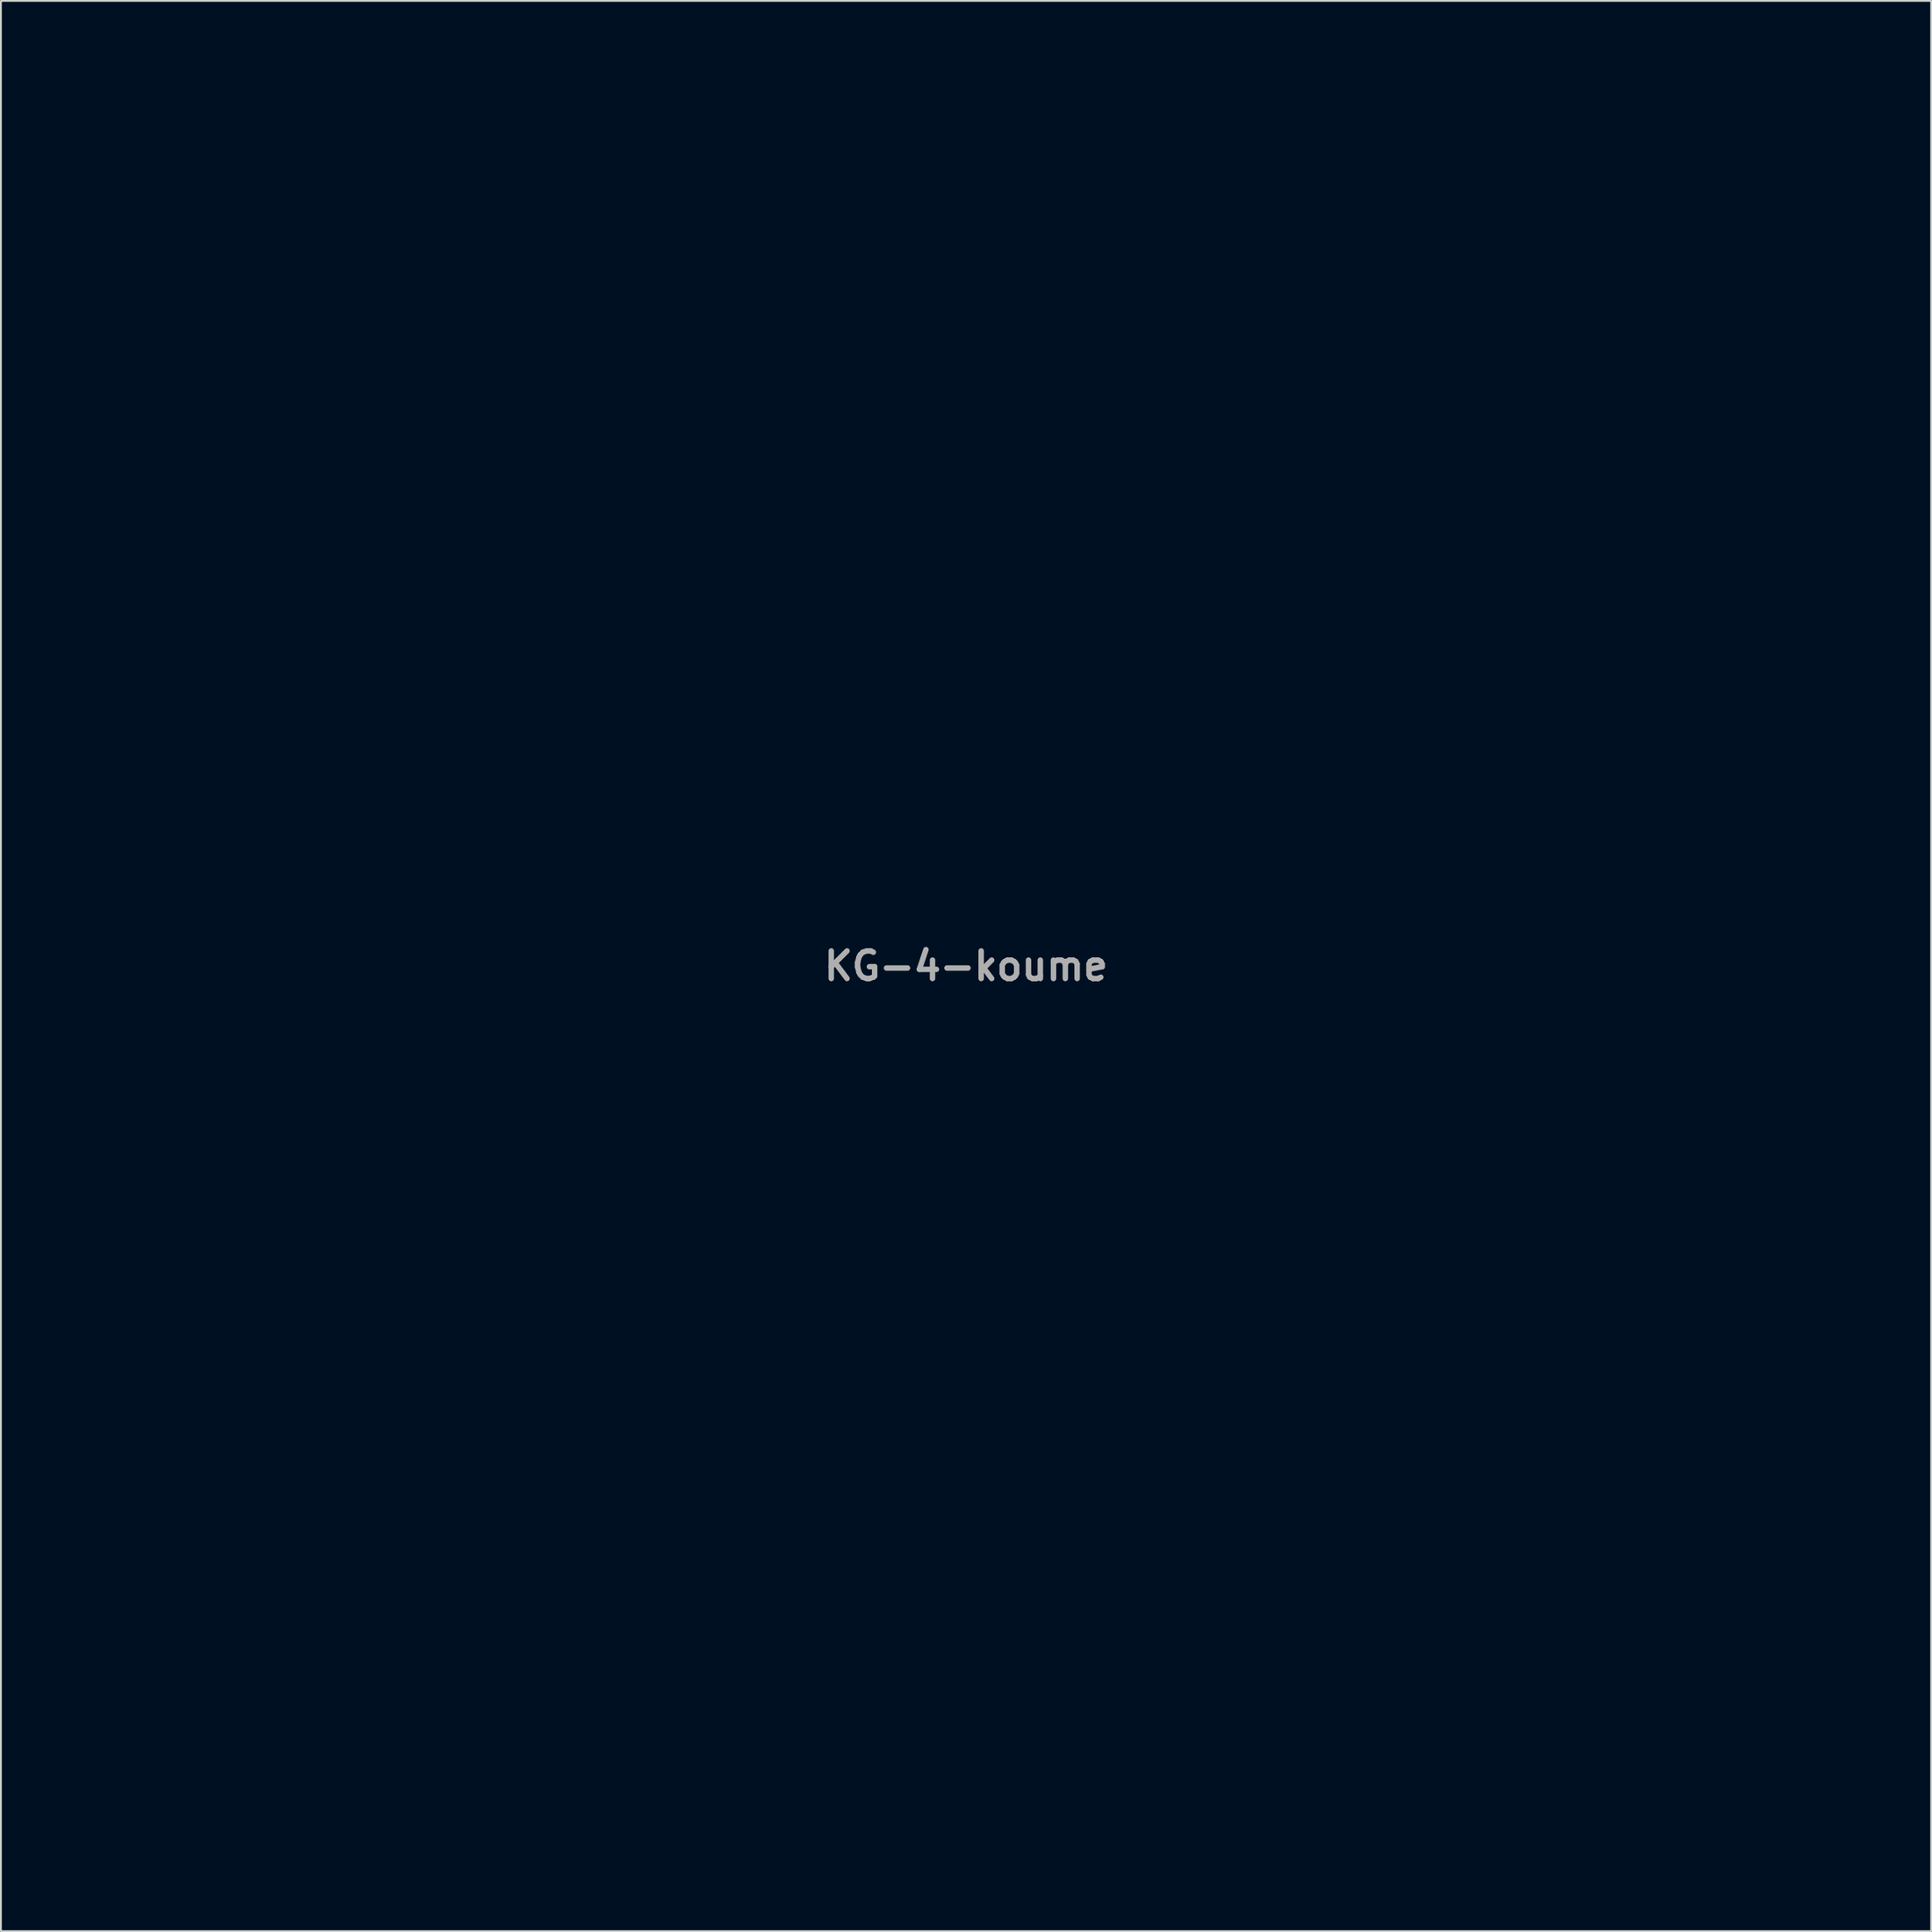
<source format=kicad_pcb>
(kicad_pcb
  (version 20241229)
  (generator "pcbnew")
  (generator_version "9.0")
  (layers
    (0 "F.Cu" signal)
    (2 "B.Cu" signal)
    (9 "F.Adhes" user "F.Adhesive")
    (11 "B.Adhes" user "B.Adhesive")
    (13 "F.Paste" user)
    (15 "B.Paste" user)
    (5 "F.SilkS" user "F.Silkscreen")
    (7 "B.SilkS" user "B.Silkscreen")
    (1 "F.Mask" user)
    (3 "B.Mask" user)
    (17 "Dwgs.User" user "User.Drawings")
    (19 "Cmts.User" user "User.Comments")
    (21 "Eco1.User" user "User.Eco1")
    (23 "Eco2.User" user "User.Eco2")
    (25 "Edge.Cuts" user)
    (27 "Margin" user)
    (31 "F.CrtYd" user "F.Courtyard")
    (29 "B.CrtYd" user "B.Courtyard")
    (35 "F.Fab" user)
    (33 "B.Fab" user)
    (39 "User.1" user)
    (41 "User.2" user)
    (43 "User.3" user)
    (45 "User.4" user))
  (footprint "KG-4-koume"
    (layer "F.Cu")
    (at 50.267 50.267)
    (property "Reference" "KG-4-koume" (at 0 0 0) (layer "F.Fab") (effects (font (size 1.524 1.524) (thickness 0.3))))
    (attr board_only exclude_from_pos_files exclude_from_bom)
    (fp_poly (pts (xy -48.26 -48.26) (xy -50.267 -48.26) (xy -50.267 -50.267) (xy -48.26 -50.267)) (stroke (width 0) (type solid)) (fill yes) (layer "F.Mask"))
    (fp_poly (pts (xy -48.26 50.267) (xy -50.267 50.267) (xy -50.267 48.26) (xy -48.26 48.26)) (stroke (width 0) (type solid)) (fill yes) (layer "F.Mask"))
    (fp_poly (pts (xy 50.267 -48.26) (xy 48.26 -48.26) (xy 48.26 -50.267) (xy 50.267 -50.267)) (stroke (width 0) (type solid)) (fill yes) (layer "F.Mask"))
    (fp_poly (pts (xy 50.267 50.267) (xy 48.26 50.267) (xy 48.26 48.26) (xy 50.267 48.26)) (stroke (width 0) (type solid)) (fill yes) (layer "F.Mask"))
    (fp_poly (pts (xy -13.243 -41.892) (xy -13.108 -41.838) (xy -12.996 -41.748) (xy -12.914 -41.627) (xy -12.878 -41.517) (xy -12.864 -41.362) (xy -12.893 -41.228) (xy -12.968 -41.108) (xy -13.016 -41.057) (xy -13.144 -40.965) (xy -13.286 -40.922) (xy -13.439 -40.927) (xy -13.6 -40.982) (xy -13.615 -40.989) (xy -13.74 -41.078) (xy -13.823 -41.193) (xy -13.864 -41.327) (xy -13.86 -41.472) (xy -13.809 -41.623) (xy -13.808 -41.625) (xy -13.741 -41.737) (xy -13.668 -41.811) (xy -13.574 -41.863) (xy -13.546 -41.873) (xy -13.391 -41.905)) (stroke (width 0) (type solid)) (fill yes) (layer "F.Mask"))
    (fp_poly (pts (xy 0.493 40.066) (xy 0.596 40.11) (xy 0.69 40.192) (xy 0.767 40.302) (xy 0.819 40.427) (xy 0.838 40.556) (xy 0.815 40.71) (xy 0.746 40.843) (xy 0.639 40.955) (xy 0.577 41.003) (xy 0.525 41.031) (xy 0.465 41.043) (xy 0.377 41.046) (xy 0.347 41.046) (xy 0.225 41.041) (xy 0.14 41.023) (xy 0.089 40.999) (xy -0.03 40.897) (xy -0.11 40.768) (xy -0.151 40.621) (xy -0.148 40.465) (xy -0.104 40.32) (xy -0.023 40.2) (xy 0.091 40.114) (xy 0.233 40.065) (xy 0.397 40.054)) (stroke (width 0) (type solid)) (fill yes) (layer "F.Mask"))
    (fp_poly (pts (xy 28.662 40.701) (xy 28.765 40.745) (xy 28.859 40.827) (xy 28.936 40.937) (xy 28.988 41.062) (xy 29.006 41.191) (xy 28.983 41.345) (xy 28.915 41.478) (xy 28.808 41.59) (xy 28.746 41.638) (xy 28.694 41.666) (xy 28.633 41.678) (xy 28.546 41.681) (xy 28.515 41.681) (xy 28.394 41.676) (xy 28.308 41.658) (xy 28.258 41.634) (xy 28.139 41.532) (xy 28.058 41.403) (xy 28.018 41.256) (xy 28.021 41.1) (xy 28.065 40.955) (xy 28.145 40.835) (xy 28.26 40.749) (xy 28.402 40.7) (xy 28.565 40.689)) (stroke (width 0) (type solid)) (fill yes) (layer "F.Mask"))
    (fp_poly (pts (xy 29.639 -42.3) (xy 29.765 -42.228) (xy 29.79 -42.207) (xy 29.88 -42.091) (xy 29.932 -41.953) (xy 29.944 -41.806) (xy 29.915 -41.663) (xy 29.863 -41.562) (xy 29.8 -41.483) (xy 29.731 -41.428) (xy 29.648 -41.395) (xy 29.541 -41.382) (xy 29.402 -41.384) (xy 29.274 -41.395) (xy 29.166 -41.43) (xy 29.073 -41.504) (xy 29 -41.608) (xy 28.954 -41.729) (xy 28.94 -41.859) (xy 28.963 -41.986) (xy 28.966 -41.996) (xy 29.032 -42.132) (xy 29.116 -42.229) (xy 29.211 -42.292) (xy 29.347 -42.334) (xy 29.495 -42.336)) (stroke (width 0) (type solid)) (fill yes) (layer "F.Mask"))
    (fp_poly (pts (xy 41.289 -25.471) (xy 41.462 -25.442) (xy 41.596 -25.379) (xy 41.693 -25.283) (xy 41.754 -25.151) (xy 41.768 -25.091) (xy 41.767 -24.976) (xy 41.734 -24.848) (xy 41.675 -24.726) (xy 41.598 -24.627) (xy 41.589 -24.619) (xy 41.528 -24.575) (xy 41.461 -24.548) (xy 41.376 -24.538) (xy 41.262 -24.543) (xy 41.117 -24.56) (xy 40.996 -24.601) (xy 40.897 -24.68) (xy 40.823 -24.79) (xy 40.779 -24.92) (xy 40.769 -25.062) (xy 40.796 -25.199) (xy 40.86 -25.324) (xy 40.958 -25.41) (xy 41.09 -25.46) (xy 41.256 -25.472)) (stroke (width 0) (type solid)) (fill yes) (layer "F.Mask"))
    (fp_poly (pts (xy -42.392 33.82) (xy -42.269 33.861) (xy -42.174 33.934) (xy -42.1 34.045) (xy -42.085 34.074) (xy -42.042 34.224) (xy -42.047 34.377) (xy -42.097 34.524) (xy -42.193 34.66) (xy -42.236 34.703) (xy -42.299 34.756) (xy -42.352 34.784) (xy -42.415 34.796) (xy -42.501 34.797) (xy -42.613 34.789) (xy -42.709 34.769) (xy -42.742 34.756) (xy -42.864 34.672) (xy -42.959 34.559) (xy -43.022 34.427) (xy -43.049 34.288) (xy -43.034 34.153) (xy -43.017 34.105) (xy -42.934 33.972) (xy -42.817 33.876) (xy -42.674 33.82) (xy -42.552 33.808)) (stroke (width 0) (type solid)) (fill yes) (layer "F.Mask"))
    (fp_poly (pts (xy 31.071 -40.752) (xy 31.179 -40.719) (xy 31.181 -40.718) (xy 31.299 -40.64) (xy 31.385 -40.531) (xy 31.437 -40.402) (xy 31.456 -40.264) (xy 31.44 -40.126) (xy 31.389 -39.997) (xy 31.302 -39.889) (xy 31.251 -39.85) (xy 31.185 -39.821) (xy 31.091 -39.807) (xy 30.962 -39.808) (xy 30.801 -39.82) (xy 30.701 -39.853) (xy 30.603 -39.921) (xy 30.523 -40.013) (xy 30.489 -40.074) (xy 30.459 -40.207) (xy 30.469 -40.349) (xy 30.517 -40.489) (xy 30.595 -40.613) (xy 30.701 -40.709) (xy 30.739 -40.731) (xy 30.831 -40.758) (xy 30.948 -40.765)) (stroke (width 0) (type solid)) (fill yes) (layer "F.Mask"))
    (fp_poly (pts (xy 41.072 29.883) (xy 41.195 29.924) (xy 41.29 29.997) (xy 41.365 30.108) (xy 41.379 30.137) (xy 41.422 30.287) (xy 41.418 30.44) (xy 41.367 30.587) (xy 41.272 30.723) (xy 41.228 30.766) (xy 41.165 30.819) (xy 41.112 30.847) (xy 41.049 30.859) (xy 40.964 30.86) (xy 40.852 30.852) (xy 40.756 30.832) (xy 40.723 30.819) (xy 40.601 30.735) (xy 40.506 30.622) (xy 40.442 30.49) (xy 40.416 30.351) (xy 40.43 30.216) (xy 40.447 30.168) (xy 40.531 30.035) (xy 40.647 29.939) (xy 40.79 29.883) (xy 40.912 29.871)) (stroke (width 0) (type solid)) (fill yes) (layer "F.Mask"))
    (fp_poly (pts (xy 41.923 -24.404) (xy 42.007 -24.398) (xy 42.14 -24.383) (xy 42.235 -24.359) (xy 42.302 -24.321) (xy 42.354 -24.263) (xy 42.385 -24.213) (xy 42.45 -24.054) (xy 42.465 -23.903) (xy 42.43 -23.761) (xy 42.345 -23.628) (xy 42.315 -23.595) (xy 42.193 -23.47) (xy 42.007 -23.47) (xy 41.845 -23.482) (xy 41.723 -23.515) (xy 41.717 -23.518) (xy 41.603 -23.594) (xy 41.521 -23.707) (xy 41.475 -23.831) (xy 41.462 -23.973) (xy 41.492 -24.114) (xy 41.56 -24.241) (xy 41.661 -24.342) (xy 41.715 -24.375) (xy 41.767 -24.396) (xy 41.832 -24.405)) (stroke (width 0) (type solid)) (fill yes) (layer "F.Mask"))
    (fp_poly (pts (xy -40.373 33.12) (xy -40.257 33.176) (xy -40.245 33.184) (xy -40.146 33.289) (xy -40.084 33.417) (xy -40.058 33.558) (xy -40.068 33.701) (xy -40.112 33.836) (xy -40.19 33.954) (xy -40.301 34.044) (xy -40.315 34.051) (xy -40.38 34.071) (xy -40.478 34.084) (xy -40.56 34.087) (xy -40.657 34.085) (xy -40.722 34.075) (xy -40.775 34.05) (xy -40.835 34.005) (xy -40.847 33.996) (xy -40.96 33.874) (xy -41.026 33.737) (xy -41.047 33.591) (xy -41.022 33.443) (xy -40.95 33.299) (xy -40.869 33.202) (xy -40.77 33.136) (xy -40.645 33.1) (xy -40.508 33.095)) (stroke (width 0) (type solid)) (fill yes) (layer "F.Mask"))
    (fp_poly (pts (xy -14.311 -42.68) (xy -14.199 -42.605) (xy -14.152 -42.556) (xy -14.061 -42.42) (xy -14.016 -42.274) (xy -14.015 -42.127) (xy -14.058 -41.987) (xy -14.143 -41.863) (xy -14.243 -41.779) (xy -14.338 -41.741) (xy -14.461 -41.729) (xy -14.593 -41.742) (xy -14.72 -41.779) (xy -14.768 -41.803) (xy -14.877 -41.874) (xy -14.948 -41.955) (xy -14.994 -42.06) (xy -15.015 -42.144) (xy -15.029 -42.227) (xy -15.029 -42.287) (xy -15.013 -42.347) (xy -14.975 -42.427) (xy -14.97 -42.437) (xy -14.889 -42.565) (xy -14.79 -42.65) (xy -14.665 -42.699) (xy -14.596 -42.711) (xy -14.44 -42.715)) (stroke (width 0) (type solid)) (fill yes) (layer "F.Mask"))
    (fp_poly (pts (xy 0.857 41.28) (xy 0.899 41.286) (xy 0.984 41.321) (xy 1.073 41.39) (xy 1.154 41.479) (xy 1.211 41.573) (xy 1.222 41.6) (xy 1.244 41.744) (xy 1.222 41.89) (xy 1.16 42.025) (xy 1.062 42.14) (xy 0.964 42.208) (xy 0.846 42.251) (xy 0.715 42.266) (xy 0.591 42.255) (xy 0.495 42.218) (xy 0.374 42.116) (xy 0.294 41.984) (xy 0.257 41.826) (xy 0.254 41.763) (xy 0.269 41.65) (xy 0.309 41.532) (xy 0.367 41.426) (xy 0.433 41.35) (xy 0.449 41.338) (xy 0.522 41.308) (xy 0.627 41.287) (xy 0.745 41.277)) (stroke (width 0) (type solid)) (fill yes) (layer "F.Mask"))
    (fp_poly (pts (xy 2.321 41.295) (xy 2.451 41.357) (xy 2.536 41.431) (xy 2.622 41.555) (xy 2.662 41.69) (xy 2.655 41.831) (xy 2.604 41.97) (xy 2.509 42.101) (xy 2.43 42.174) (xy 2.371 42.216) (xy 2.313 42.242) (xy 2.239 42.255) (xy 2.147 42.261) (xy 2.051 42.265) (xy 1.988 42.261) (xy 1.941 42.244) (xy 1.893 42.209) (xy 1.853 42.173) (xy 1.741 42.043) (xy 1.674 41.899) (xy 1.652 41.747) (xy 1.678 41.595) (xy 1.699 41.542) (xy 1.771 41.422) (xy 1.86 41.341) (xy 1.977 41.294) (xy 2.128 41.276) (xy 2.166 41.275)) (stroke (width 0) (type solid)) (fill yes) (layer "F.Mask"))
    (fp_poly (pts (xy 29.025 41.915) (xy 29.068 41.921) (xy 29.152 41.956) (xy 29.242 42.025) (xy 29.322 42.114) (xy 29.38 42.208) (xy 29.39 42.235) (xy 29.413 42.379) (xy 29.39 42.525) (xy 29.328 42.66) (xy 29.231 42.775) (xy 29.132 42.843) (xy 29.014 42.886) (xy 28.884 42.901) (xy 28.759 42.89) (xy 28.664 42.853) (xy 28.543 42.751) (xy 28.463 42.619) (xy 28.425 42.461) (xy 28.423 42.398) (xy 28.438 42.285) (xy 28.478 42.167) (xy 28.535 42.061) (xy 28.602 41.985) (xy 28.618 41.973) (xy 28.691 41.943) (xy 28.795 41.922) (xy 28.913 41.912)) (stroke (width 0) (type solid)) (fill yes) (layer "F.Mask"))
    (fp_poly (pts (xy 30.49 41.93) (xy 30.62 41.992) (xy 30.705 42.066) (xy 30.791 42.19) (xy 30.83 42.325) (xy 30.824 42.466) (xy 30.773 42.605) (xy 30.678 42.736) (xy 30.599 42.809) (xy 30.54 42.851) (xy 30.482 42.877) (xy 30.407 42.89) (xy 30.316 42.896) (xy 30.219 42.9) (xy 30.156 42.896) (xy 30.11 42.879) (xy 30.062 42.844) (xy 30.022 42.808) (xy 29.91 42.678) (xy 29.842 42.534) (xy 29.821 42.382) (xy 29.846 42.23) (xy 29.868 42.177) (xy 29.939 42.057) (xy 30.029 41.976) (xy 30.145 41.929) (xy 30.297 41.911) (xy 30.335 41.91)) (stroke (width 0) (type solid)) (fill yes) (layer "F.Mask"))
    (fp_poly (pts (xy 43.091 29.183) (xy 43.207 29.239) (xy 43.219 29.247) (xy 43.318 29.352) (xy 43.38 29.48) (xy 43.406 29.621) (xy 43.397 29.764) (xy 43.352 29.899) (xy 43.274 30.017) (xy 43.163 30.107) (xy 43.15 30.114) (xy 43.084 30.134) (xy 42.987 30.147) (xy 42.904 30.15) (xy 42.807 30.148) (xy 42.742 30.138) (xy 42.689 30.113) (xy 42.629 30.068) (xy 42.617 30.059) (xy 42.505 29.937) (xy 42.438 29.8) (xy 42.417 29.654) (xy 42.443 29.506) (xy 42.515 29.362) (xy 42.596 29.265) (xy 42.694 29.199) (xy 42.82 29.163) (xy 42.957 29.158)) (stroke (width 0) (type solid)) (fill yes) (layer "F.Mask"))
    (fp_poly (pts (xy -42.389 32.428) (xy -42.286 32.452) (xy -42.26 32.462) (xy -42.179 32.524) (xy -42.11 32.621) (xy -42.06 32.738) (xy -42.042 32.833) (xy -42.044 32.974) (xy -42.081 33.092) (xy -42.159 33.202) (xy -42.215 33.259) (xy -42.34 33.376) (xy -42.527 33.376) (xy -42.628 33.374) (xy -42.696 33.364) (xy -42.751 33.342) (xy -42.81 33.302) (xy -42.822 33.293) (xy -42.93 33.185) (xy -43.005 33.057) (xy -43.044 32.919) (xy -43.043 32.783) (xy -43.007 32.676) (xy -42.936 32.56) (xy -42.856 32.484) (xy -42.758 32.439) (xy -42.742 32.434) (xy -42.638 32.418) (xy -42.514 32.417)) (stroke (width 0) (type solid)) (fill yes) (layer "F.Mask"))
    (fp_poly (pts (xy -42.241 -9.427) (xy -42.2 -9.411) (xy -42.067 -9.333) (xy -41.972 -9.222) (xy -41.917 -9.1) (xy -41.893 -9.009) (xy -41.888 -8.938) (xy -41.902 -8.86) (xy -41.906 -8.844) (xy -41.958 -8.706) (xy -42.039 -8.599) (xy -42.098 -8.549) (xy -42.145 -8.521) (xy -42.207 -8.504) (xy -42.298 -8.493) (xy -42.396 -8.487) (xy -42.625 -8.478) (xy -42.736 -8.595) (xy -42.835 -8.724) (xy -42.885 -8.862) (xy -42.889 -9.014) (xy -42.886 -9.037) (xy -42.853 -9.172) (xy -42.794 -9.274) (xy -42.703 -9.347) (xy -42.573 -9.398) (xy -42.467 -9.422) (xy -42.369 -9.438) (xy -42.3 -9.44)) (stroke (width 0) (type solid)) (fill yes) (layer "F.Mask"))
    (fp_poly (pts (xy -41.615 10.702) (xy -41.542 10.719) (xy -41.456 10.773) (xy -41.37 10.864) (xy -41.298 10.978) (xy -41.255 11.114) (xy -41.255 11.259) (xy -41.293 11.401) (xy -41.368 11.526) (xy -41.442 11.598) (xy -41.5 11.637) (xy -41.558 11.661) (xy -41.634 11.673) (xy -41.73 11.679) (xy -41.84 11.68) (xy -41.916 11.673) (xy -41.972 11.653) (xy -41.999 11.638) (xy -42.132 11.528) (xy -42.22 11.403) (xy -42.262 11.266) (xy -42.255 11.121) (xy -42.217 11.011) (xy -42.152 10.906) (xy -42.064 10.81) (xy -41.968 10.739) (xy -41.927 10.72) (xy -41.838 10.701) (xy -41.725 10.694)) (stroke (width 0) (type solid)) (fill yes) (layer "F.Mask"))
    (fp_poly (pts (xy -41.067 -7.498) (xy -40.985 -7.461) (xy -40.911 -7.395) (xy -40.888 -7.37) (xy -40.811 -7.242) (xy -40.778 -7.099) (xy -40.785 -6.954) (xy -40.834 -6.815) (xy -40.921 -6.695) (xy -40.977 -6.646) (xy -41.046 -6.615) (xy -41.147 -6.591) (xy -41.264 -6.577) (xy -41.377 -6.574) (xy -41.47 -6.584) (xy -41.501 -6.594) (xy -41.578 -6.646) (xy -41.657 -6.729) (xy -41.722 -6.828) (xy -41.76 -6.917) (xy -41.773 -7.033) (xy -41.762 -7.164) (xy -41.729 -7.283) (xy -41.71 -7.323) (xy -41.648 -7.401) (xy -41.562 -7.455) (xy -41.442 -7.489) (xy -41.311 -7.506) (xy -41.172 -7.512)) (stroke (width 0) (type solid)) (fill yes) (layer "F.Mask"))
    (fp_poly (pts (xy -40.692 -26.547) (xy -40.571 -26.483) (xy -40.478 -26.378) (xy -40.414 -26.231) (xy -40.407 -26.208) (xy -40.391 -26.125) (xy -40.393 -26.055) (xy -40.414 -25.969) (xy -40.419 -25.954) (xy -40.468 -25.829) (xy -40.529 -25.739) (xy -40.611 -25.68) (xy -40.722 -25.645) (xy -40.87 -25.631) (xy -40.946 -25.629) (xy -41.049 -25.633) (xy -41.12 -25.647) (xy -41.178 -25.677) (xy -41.193 -25.688) (xy -41.292 -25.771) (xy -41.352 -25.852) (xy -41.381 -25.947) (xy -41.388 -26.073) (xy -41.371 -26.24) (xy -41.323 -26.371) (xy -41.24 -26.466) (xy -41.121 -26.529) (xy -40.963 -26.562) (xy -40.841 -26.568)) (stroke (width 0) (type solid)) (fill yes) (layer "F.Mask"))
    (fp_poly (pts (xy -40.174 10.714) (xy -40.091 10.746) (xy -39.988 10.822) (xy -39.913 10.93) (xy -39.868 11.06) (xy -39.855 11.201) (xy -39.874 11.342) (xy -39.927 11.472) (xy -39.987 11.553) (xy -40.067 11.622) (xy -40.159 11.663) (xy -40.278 11.682) (xy -40.36 11.684) (xy -40.455 11.683) (xy -40.519 11.674) (xy -40.569 11.651) (xy -40.623 11.607) (xy -40.657 11.576) (xy -40.758 11.466) (xy -40.818 11.356) (xy -40.842 11.232) (xy -40.843 11.188) (xy -40.837 11.1) (xy -40.816 11.025) (xy -40.77 10.947) (xy -40.709 10.866) (xy -40.603 10.772) (xy -40.47 10.714) (xy -40.323 10.693)) (stroke (width 0) (type solid)) (fill yes) (layer "F.Mask"))
    (fp_poly (pts (xy -33.363 -42.395) (xy -33.268 -42.35) (xy -33.196 -42.272) (xy -33.14 -42.154) (xy -33.135 -42.141) (xy -33.099 -41.976) (xy -33.113 -41.819) (xy -33.144 -41.728) (xy -33.208 -41.612) (xy -33.288 -41.531) (xy -33.393 -41.481) (xy -33.532 -41.457) (xy -33.645 -41.453) (xy -33.834 -41.453) (xy -33.946 -41.565) (xy -34.042 -41.686) (xy -34.093 -41.816) (xy -34.102 -41.966) (xy -34.097 -42.018) (xy -34.079 -42.107) (xy -34.045 -42.176) (xy -33.982 -42.249) (xy -33.975 -42.256) (xy -33.921 -42.307) (xy -33.872 -42.341) (xy -33.814 -42.363) (xy -33.731 -42.381) (xy -33.65 -42.393) (xy -33.488 -42.408)) (stroke (width 0) (type solid)) (fill yes) (layer "F.Mask"))
    (fp_poly (pts (xy -32.078 -42.281) (xy -32.026 -42.265) (xy -31.908 -42.178) (xy -31.821 -42.06) (xy -31.769 -41.923) (xy -31.757 -41.778) (xy -31.787 -41.636) (xy -31.807 -41.593) (xy -31.877 -41.488) (xy -31.964 -41.416) (xy -32.078 -41.372) (xy -32.226 -41.353) (xy -32.304 -41.351) (xy -32.41 -41.354) (xy -32.48 -41.363) (xy -32.529 -41.382) (xy -32.566 -41.408) (xy -32.673 -41.531) (xy -32.735 -41.676) (xy -32.751 -41.821) (xy -32.734 -41.972) (xy -32.683 -42.093) (xy -32.595 -42.193) (xy -32.59 -42.197) (xy -32.541 -42.231) (xy -32.482 -42.254) (xy -32.399 -42.269) (xy -32.3 -42.279) (xy -32.168 -42.286)) (stroke (width 0) (type solid)) (fill yes) (layer "F.Mask"))
    (fp_poly (pts (xy -24.828 40.689) (xy -24.734 40.733) (xy -24.662 40.812) (xy -24.606 40.929) (xy -24.601 40.942) (xy -24.565 41.107) (xy -24.579 41.264) (xy -24.61 41.355) (xy -24.673 41.471) (xy -24.754 41.552) (xy -24.859 41.602) (xy -24.997 41.626) (xy -25.11 41.631) (xy -25.3 41.631) (xy -25.412 41.519) (xy -25.508 41.398) (xy -25.559 41.268) (xy -25.567 41.118) (xy -25.562 41.066) (xy -25.544 40.976) (xy -25.51 40.907) (xy -25.448 40.835) (xy -25.441 40.828) (xy -25.386 40.776) (xy -25.338 40.742) (xy -25.279 40.72) (xy -25.196 40.703) (xy -25.116 40.69) (xy -24.953 40.676)) (stroke (width 0) (type solid)) (fill yes) (layer "F.Mask"))
    (fp_poly (pts (xy -23.544 40.803) (xy -23.492 40.818) (xy -23.373 40.906) (xy -23.286 41.024) (xy -23.235 41.16) (xy -23.222 41.305) (xy -23.253 41.447) (xy -23.273 41.491) (xy -23.342 41.596) (xy -23.43 41.668) (xy -23.543 41.711) (xy -23.692 41.73) (xy -23.77 41.732) (xy -23.876 41.73) (xy -23.946 41.721) (xy -23.995 41.702) (xy -24.031 41.675) (xy -24.139 41.552) (xy -24.201 41.408) (xy -24.217 41.262) (xy -24.199 41.111) (xy -24.149 40.991) (xy -24.06 40.891) (xy -24.056 40.887) (xy -24.006 40.852) (xy -23.947 40.83) (xy -23.864 40.815) (xy -23.766 40.805) (xy -23.634 40.798)) (stroke (width 0) (type solid)) (fill yes) (layer "F.Mask"))
    (fp_poly (pts (xy -12.27 -42.662) (xy -12.27 -42.662) (xy -12.129 -42.619) (xy -12.013 -42.54) (xy -11.925 -42.431) (xy -11.87 -42.303) (xy -11.85 -42.164) (xy -11.87 -42.022) (xy -11.932 -41.887) (xy -11.949 -41.862) (xy -12.013 -41.785) (xy -12.078 -41.737) (xy -12.16 -41.71) (xy -12.276 -41.695) (xy -12.285 -41.694) (xy -12.388 -41.689) (xy -12.462 -41.696) (xy -12.526 -41.717) (xy -12.56 -41.735) (xy -12.699 -41.826) (xy -12.791 -41.929) (xy -12.841 -42.05) (xy -12.852 -42.164) (xy -12.835 -42.271) (xy -12.789 -42.389) (xy -12.726 -42.496) (xy -12.659 -42.568) (xy -12.547 -42.629) (xy -12.41 -42.662)) (stroke (width 0) (type solid)) (fill yes) (layer "F.Mask"))
    (fp_poly (pts (xy 9.803 -42.244) (xy 9.924 -42.18) (xy 10.017 -42.075) (xy 10.081 -41.928) (xy 10.088 -41.905) (xy 10.104 -41.823) (xy 10.103 -41.752) (xy 10.081 -41.666) (xy 10.076 -41.651) (xy 10.027 -41.526) (xy 9.966 -41.436) (xy 9.884 -41.377) (xy 9.773 -41.343) (xy 9.625 -41.328) (xy 9.549 -41.326) (xy 9.446 -41.33) (xy 9.375 -41.344) (xy 9.317 -41.375) (xy 9.302 -41.385) (xy 9.203 -41.468) (xy 9.143 -41.549) (xy 9.114 -41.645) (xy 9.108 -41.77) (xy 9.124 -41.937) (xy 9.172 -42.068) (xy 9.255 -42.163) (xy 9.374 -42.226) (xy 9.532 -42.259) (xy 9.655 -42.265)) (stroke (width 0) (type solid)) (fill yes) (layer "F.Mask"))
    (fp_poly (pts (xy 31.618 -41.973) (xy 31.746 -41.937) (xy 31.853 -41.886) (xy 31.886 -41.862) (xy 31.958 -41.77) (xy 32.007 -41.648) (xy 32.029 -41.512) (xy 32.021 -41.378) (xy 32.002 -41.308) (xy 31.949 -41.217) (xy 31.867 -41.127) (xy 31.775 -41.059) (xy 31.77 -41.057) (xy 31.699 -41.036) (xy 31.597 -41.025) (xy 31.486 -41.025) (xy 31.384 -41.035) (xy 31.318 -41.053) (xy 31.215 -41.123) (xy 31.128 -41.226) (xy 31.063 -41.348) (xy 31.027 -41.476) (xy 31.027 -41.597) (xy 31.034 -41.626) (xy 31.101 -41.778) (xy 31.197 -41.89) (xy 31.321 -41.959) (xy 31.471 -41.986) (xy 31.489 -41.986)) (stroke (width 0) (type solid)) (fill yes) (layer "F.Mask"))
    (fp_poly (pts (xy 40.833 3.92) (xy 40.906 3.937) (xy 40.993 3.991) (xy 41.078 4.082) (xy 41.151 4.196) (xy 41.193 4.332) (xy 41.194 4.478) (xy 41.155 4.62) (xy 41.08 4.745) (xy 41.007 4.816) (xy 40.948 4.856) (xy 40.89 4.879) (xy 40.814 4.891) (xy 40.718 4.897) (xy 40.608 4.899) (xy 40.533 4.891) (xy 40.476 4.871) (xy 40.45 4.856) (xy 40.316 4.747) (xy 40.228 4.621) (xy 40.187 4.484) (xy 40.194 4.339) (xy 40.231 4.229) (xy 40.296 4.124) (xy 40.385 4.029) (xy 40.481 3.958) (xy 40.521 3.939) (xy 40.611 3.919) (xy 40.723 3.913)) (stroke (width 0) (type solid)) (fill yes) (layer "F.Mask"))
    (fp_poly (pts (xy 41.075 28.491) (xy 41.178 28.515) (xy 41.204 28.525) (xy 41.285 28.587) (xy 41.355 28.684) (xy 41.404 28.801) (xy 41.422 28.896) (xy 41.42 29.037) (xy 41.383 29.155) (xy 41.306 29.265) (xy 41.249 29.322) (xy 41.125 29.439) (xy 40.938 29.439) (xy 40.837 29.437) (xy 40.768 29.427) (xy 40.714 29.405) (xy 40.655 29.365) (xy 40.642 29.356) (xy 40.534 29.248) (xy 40.459 29.12) (xy 40.42 28.982) (xy 40.422 28.846) (xy 40.457 28.739) (xy 40.529 28.623) (xy 40.608 28.547) (xy 40.706 28.502) (xy 40.723 28.497) (xy 40.826 28.481) (xy 40.951 28.48)) (stroke (width 0) (type solid)) (fill yes) (layer "F.Mask"))
    (fp_poly (pts (xy 42.274 3.932) (xy 42.358 3.964) (xy 42.461 4.04) (xy 42.535 4.149) (xy 42.58 4.279) (xy 42.593 4.419) (xy 42.574 4.56) (xy 42.521 4.69) (xy 42.461 4.771) (xy 42.381 4.84) (xy 42.289 4.881) (xy 42.17 4.9) (xy 42.088 4.902) (xy 41.993 4.901) (xy 41.93 4.892) (xy 41.88 4.869) (xy 41.825 4.825) (xy 41.791 4.794) (xy 41.69 4.684) (xy 41.631 4.574) (xy 41.607 4.45) (xy 41.605 4.406) (xy 41.611 4.318) (xy 41.633 4.243) (xy 41.678 4.165) (xy 41.739 4.085) (xy 41.846 3.99) (xy 41.978 3.932) (xy 42.125 3.912)) (stroke (width 0) (type solid)) (fill yes) (layer "F.Mask"))
    (fp_poly (pts (xy -42.025 11.922) (xy -41.897 11.959) (xy -41.799 12.032) (xy -41.723 12.144) (xy -41.721 12.148) (xy -41.665 12.31) (xy -41.658 12.467) (xy -41.699 12.615) (xy -41.788 12.748) (xy -41.855 12.812) (xy -41.917 12.86) (xy -41.968 12.887) (xy -42.028 12.9) (xy -42.114 12.903) (xy -42.15 12.903) (xy -42.252 12.901) (xy -42.322 12.89) (xy -42.379 12.867) (xy -42.442 12.825) (xy -42.546 12.721) (xy -42.614 12.592) (xy -42.644 12.45) (xy -42.637 12.305) (xy -42.592 12.168) (xy -42.51 12.048) (xy -42.455 11.999) (xy -42.39 11.957) (xy -42.321 11.932) (xy -42.229 11.92) (xy -42.187 11.917)) (stroke (width 0) (type solid)) (fill yes) (layer "F.Mask"))
    (fp_poly (pts (xy -41.013 -8.864) (xy -40.951 -8.85) (xy -40.843 -8.78) (xy -40.76 -8.678) (xy -40.704 -8.556) (xy -40.675 -8.422) (xy -40.674 -8.288) (xy -40.702 -8.161) (xy -40.76 -8.053) (xy -40.849 -7.974) (xy -40.865 -7.965) (xy -40.93 -7.944) (xy -41.027 -7.927) (xy -41.138 -7.915) (xy -41.245 -7.91) (xy -41.33 -7.914) (xy -41.348 -7.916) (xy -41.416 -7.95) (xy -41.494 -8.015) (xy -41.569 -8.099) (xy -41.628 -8.188) (xy -41.656 -8.256) (xy -41.673 -8.409) (xy -41.646 -8.559) (xy -41.578 -8.693) (xy -41.519 -8.761) (xy -41.453 -8.799) (xy -41.352 -8.832) (xy -41.234 -8.855) (xy -41.116 -8.867)) (stroke (width 0) (type solid)) (fill yes) (layer "F.Mask"))
    (fp_poly (pts (xy -40.948 12.708) (xy -40.819 12.742) (xy -40.711 12.814) (xy -40.689 12.835) (xy -40.593 12.964) (xy -40.543 13.104) (xy -40.541 13.25) (xy -40.587 13.393) (xy -40.656 13.497) (xy -40.749 13.588) (xy -40.854 13.641) (xy -40.985 13.663) (xy -41.046 13.665) (xy -41.164 13.658) (xy -41.259 13.637) (xy -41.288 13.625) (xy -41.407 13.543) (xy -41.489 13.436) (xy -41.519 13.37) (xy -41.547 13.247) (xy -41.548 13.12) (xy -41.521 13.004) (xy -41.481 12.933) (xy -41.439 12.874) (xy -41.412 12.825) (xy -41.412 12.824) (xy -41.369 12.773) (xy -41.279 12.735) (xy -41.148 12.711) (xy -41.107 12.707)) (stroke (width 0) (type solid)) (fill yes) (layer "F.Mask"))
    (fp_poly (pts (xy -33.983 -41.163) (xy -33.931 -41.148) (xy -33.813 -41.061) (xy -33.727 -40.945) (xy -33.676 -40.81) (xy -33.663 -40.668) (xy -33.69 -40.529) (xy -33.739 -40.435) (xy -33.803 -40.351) (xy -33.871 -40.296) (xy -33.953 -40.262) (xy -34.064 -40.245) (xy -34.171 -40.239) (xy -34.284 -40.236) (xy -34.359 -40.239) (xy -34.409 -40.249) (xy -34.447 -40.269) (xy -34.473 -40.289) (xy -34.552 -40.381) (xy -34.618 -40.499) (xy -34.661 -40.624) (xy -34.671 -40.708) (xy -34.648 -40.847) (xy -34.583 -40.979) (xy -34.495 -41.079) (xy -34.446 -41.113) (xy -34.387 -41.136) (xy -34.304 -41.151) (xy -34.205 -41.161) (xy -34.073 -41.168)) (stroke (width 0) (type solid)) (fill yes) (layer "F.Mask"))
    (fp_poly (pts (xy -25.449 41.92) (xy -25.397 41.936) (xy -25.279 42.023) (xy -25.193 42.139) (xy -25.142 42.273) (xy -25.128 42.415) (xy -25.156 42.554) (xy -25.204 42.649) (xy -25.269 42.732) (xy -25.336 42.788) (xy -25.419 42.821) (xy -25.53 42.839) (xy -25.637 42.845) (xy -25.75 42.847) (xy -25.824 42.844) (xy -25.875 42.834) (xy -25.913 42.814) (xy -25.938 42.794) (xy -26.018 42.703) (xy -26.084 42.584) (xy -26.126 42.459) (xy -26.137 42.375) (xy -26.113 42.236) (xy -26.049 42.104) (xy -25.961 42.004) (xy -25.912 41.97) (xy -25.853 41.948) (xy -25.77 41.932) (xy -25.671 41.922) (xy -25.539 41.915)) (stroke (width 0) (type solid)) (fill yes) (layer "F.Mask"))
    (fp_poly (pts (xy -14.041 -43.925) (xy -13.967 -43.909) (xy -13.902 -43.877) (xy -13.89 -43.868) (xy -13.77 -43.759) (xy -13.692 -43.627) (xy -13.656 -43.482) (xy -13.664 -43.332) (xy -13.717 -43.187) (xy -13.745 -43.141) (xy -13.817 -43.059) (xy -13.904 -43.005) (xy -14.019 -42.974) (xy -14.099 -42.964) (xy -14.199 -42.958) (xy -14.27 -42.965) (xy -14.334 -42.988) (xy -14.364 -43.003) (xy -14.495 -43.09) (xy -14.586 -43.19) (xy -14.645 -43.314) (xy -14.648 -43.324) (xy -14.672 -43.415) (xy -14.675 -43.485) (xy -14.66 -43.556) (xy -14.594 -43.709) (xy -14.497 -43.822) (xy -14.37 -43.894) (xy -14.21 -43.927) (xy -14.146 -43.929)) (stroke (width 0) (type solid)) (fill yes) (layer "F.Mask"))
    (fp_poly (pts (xy 1.545 39.3) (xy 1.645 39.317) (xy 1.763 39.374) (xy 1.859 39.469) (xy 1.925 39.592) (xy 1.955 39.732) (xy 1.956 39.761) (xy 1.932 39.92) (xy 1.864 40.06) (xy 1.757 40.173) (xy 1.693 40.215) (xy 1.602 40.246) (xy 1.485 40.26) (xy 1.363 40.256) (xy 1.257 40.234) (xy 1.206 40.211) (xy 1.105 40.133) (xy 1.02 40.039) (xy 0.967 39.946) (xy 0.94 39.822) (xy 0.945 39.693) (xy 0.982 39.58) (xy 1.003 39.545) (xy 1.047 39.481) (xy 1.078 39.427) (xy 1.082 39.418) (xy 1.122 39.372) (xy 1.201 39.335) (xy 1.306 39.31) (xy 1.425 39.297)) (stroke (width 0) (type solid)) (fill yes) (layer "F.Mask"))
    (fp_poly (pts (xy 2.679 40.065) (xy 2.807 40.102) (xy 2.905 40.175) (xy 2.981 40.287) (xy 2.983 40.291) (xy 3.039 40.453) (xy 3.046 40.61) (xy 3.005 40.758) (xy 2.916 40.891) (xy 2.849 40.955) (xy 2.787 41.003) (xy 2.735 41.031) (xy 2.675 41.043) (xy 2.587 41.046) (xy 2.557 41.046) (xy 2.435 41.041) (xy 2.349 41.023) (xy 2.299 40.999) (xy 2.177 40.899) (xy 2.099 40.774) (xy 2.062 40.622) (xy 2.058 40.541) (xy 2.081 40.39) (xy 2.146 40.253) (xy 2.245 40.145) (xy 2.249 40.142) (xy 2.314 40.1) (xy 2.383 40.075) (xy 2.475 40.063) (xy 2.517 40.06)) (stroke (width 0) (type solid)) (fill yes) (layer "F.Mask"))
    (fp_poly (pts (xy 29.714 39.935) (xy 29.813 39.952) (xy 29.931 40.009) (xy 30.027 40.104) (xy 30.094 40.227) (xy 30.124 40.367) (xy 30.124 40.396) (xy 30.101 40.555) (xy 30.033 40.695) (xy 29.925 40.808) (xy 29.862 40.85) (xy 29.77 40.881) (xy 29.654 40.895) (xy 29.532 40.891) (xy 29.425 40.869) (xy 29.375 40.846) (xy 29.274 40.768) (xy 29.189 40.674) (xy 29.135 40.581) (xy 29.108 40.457) (xy 29.114 40.328) (xy 29.15 40.215) (xy 29.172 40.18) (xy 29.216 40.116) (xy 29.246 40.062) (xy 29.25 40.053) (xy 29.291 40.007) (xy 29.37 39.97) (xy 29.475 39.945) (xy 29.593 39.932)) (stroke (width 0) (type solid)) (fill yes) (layer "F.Mask"))
    (fp_poly (pts (xy 30.848 40.7) (xy 30.975 40.737) (xy 31.074 40.81) (xy 31.15 40.922) (xy 31.152 40.926) (xy 31.208 41.088) (xy 31.215 41.245) (xy 31.173 41.393) (xy 31.085 41.526) (xy 31.017 41.59) (xy 30.955 41.638) (xy 30.904 41.666) (xy 30.843 41.678) (xy 30.756 41.681) (xy 30.725 41.681) (xy 30.604 41.676) (xy 30.518 41.658) (xy 30.467 41.634) (xy 30.346 41.534) (xy 30.267 41.409) (xy 30.23 41.257) (xy 30.227 41.176) (xy 30.25 41.025) (xy 30.314 40.888) (xy 30.413 40.78) (xy 30.417 40.777) (xy 30.482 40.735) (xy 30.551 40.71) (xy 30.643 40.698) (xy 30.686 40.695)) (stroke (width 0) (type solid)) (fill yes) (layer "F.Mask"))
    (fp_poly (pts (xy 40.424 5.14) (xy 40.551 5.177) (xy 40.65 5.25) (xy 40.726 5.362) (xy 40.727 5.366) (xy 40.783 5.528) (xy 40.79 5.685) (xy 40.749 5.833) (xy 40.661 5.966) (xy 40.593 6.03) (xy 40.532 6.078) (xy 40.48 6.105) (xy 40.421 6.118) (xy 40.334 6.121) (xy 40.299 6.121) (xy 40.197 6.119) (xy 40.127 6.109) (xy 40.07 6.085) (xy 40.007 6.044) (xy 39.902 5.939) (xy 39.835 5.81) (xy 39.804 5.668) (xy 39.811 5.523) (xy 39.856 5.386) (xy 39.938 5.266) (xy 39.993 5.217) (xy 40.058 5.175) (xy 40.127 5.15) (xy 40.219 5.138) (xy 40.261 5.135)) (stroke (width 0) (type solid)) (fill yes) (layer "F.Mask"))
    (fp_poly (pts (xy 41.5 5.926) (xy 41.629 5.961) (xy 41.737 6.032) (xy 41.759 6.053) (xy 41.856 6.182) (xy 41.905 6.323) (xy 41.907 6.468) (xy 41.861 6.611) (xy 41.793 6.715) (xy 41.7 6.806) (xy 41.594 6.859) (xy 41.463 6.882) (xy 41.402 6.883) (xy 41.284 6.876) (xy 41.19 6.855) (xy 41.161 6.843) (xy 41.041 6.761) (xy 40.959 6.654) (xy 40.929 6.588) (xy 40.901 6.466) (xy 40.901 6.338) (xy 40.928 6.222) (xy 40.968 6.151) (xy 41.01 6.092) (xy 41.036 6.043) (xy 41.037 6.042) (xy 41.08 5.992) (xy 41.169 5.953) (xy 41.3 5.929) (xy 41.341 5.925)) (stroke (width 0) (type solid)) (fill yes) (layer "F.Mask"))
    (fp_poly (pts (xy -41.374 -25.481) (xy -41.293 -25.447) (xy -41.228 -25.384) (xy -41.17 -25.289) (xy -41.147 -25.241) (xy -41.098 -25.126) (xy -41.077 -25.037) (xy -41.083 -24.956) (xy -41.113 -24.868) (xy -41.12 -24.854) (xy -41.204 -24.721) (xy -41.314 -24.631) (xy -41.446 -24.585) (xy -41.606 -24.565) (xy -41.729 -24.566) (xy -41.822 -24.589) (xy -41.879 -24.621) (xy -41.978 -24.704) (xy -42.038 -24.785) (xy -42.067 -24.88) (xy -42.073 -25.006) (xy -42.065 -25.14) (xy -42.039 -25.242) (xy -42.019 -25.286) (xy -41.973 -25.365) (xy -41.927 -25.419) (xy -41.869 -25.453) (xy -41.786 -25.473) (xy -41.667 -25.485) (xy -41.631 -25.488) (xy -41.483 -25.493)) (stroke (width 0) (type solid)) (fill yes) (layer "F.Mask"))
    (fp_poly (pts (xy -41.254 32.008) (xy -41.139 32.024) (xy -41.043 32.054) (xy -40.978 32.098) (xy -40.96 32.128) (xy -40.936 32.174) (xy -40.894 32.237) (xy -40.881 32.255) (xy -40.834 32.358) (xy -40.816 32.482) (xy -40.831 32.611) (xy -40.845 32.656) (xy -40.891 32.737) (xy -40.965 32.824) (xy -41.05 32.899) (xy -41.102 32.933) (xy -41.186 32.959) (xy -41.298 32.969) (xy -41.416 32.964) (xy -41.521 32.945) (xy -41.571 32.925) (xy -41.695 32.83) (xy -41.78 32.709) (xy -41.825 32.572) (xy -41.829 32.427) (xy -41.792 32.283) (xy -41.712 32.148) (xy -41.669 32.101) (xy -41.596 32.053) (xy -41.494 32.022) (xy -41.377 32.008)) (stroke (width 0) (type solid)) (fill yes) (layer "F.Mask"))
    (fp_poly (pts (xy -39.815 11.922) (xy -39.688 11.959) (xy -39.589 12.032) (xy -39.513 12.144) (xy -39.511 12.148) (xy -39.455 12.31) (xy -39.448 12.467) (xy -39.49 12.615) (xy -39.578 12.748) (xy -39.645 12.812) (xy -39.706 12.859) (xy -39.757 12.887) (xy -39.816 12.899) (xy -39.9 12.903) (xy -39.944 12.903) (xy -40.042 12.902) (xy -40.107 12.894) (xy -40.156 12.874) (xy -40.207 12.835) (xy -40.237 12.808) (xy -40.344 12.683) (xy -40.41 12.544) (xy -40.435 12.398) (xy -40.418 12.256) (xy -40.361 12.124) (xy -40.262 12.012) (xy -40.246 11.999) (xy -40.18 11.957) (xy -40.112 11.932) (xy -40.019 11.92) (xy -39.977 11.917)) (stroke (width 0) (type solid)) (fill yes) (layer "F.Mask"))
    (fp_poly (pts (xy -12.731 -43.935) (xy -12.613 -43.902) (xy -12.499 -43.835) (xy -12.402 -43.744) (xy -12.33 -43.641) (xy -12.295 -43.535) (xy -12.294 -43.507) (xy -12.314 -43.344) (xy -12.372 -43.198) (xy -12.461 -43.081) (xy -12.477 -43.067) (xy -12.533 -43.021) (xy -12.581 -42.994) (xy -12.637 -42.982) (xy -12.717 -42.978) (xy -12.774 -42.979) (xy -12.944 -42.991) (xy -13.071 -43.027) (xy -13.073 -43.028) (xy -13.161 -43.079) (xy -13.222 -43.147) (xy -13.263 -43.243) (xy -13.287 -43.351) (xy -13.3 -43.444) (xy -13.299 -43.513) (xy -13.279 -43.581) (xy -13.258 -43.634) (xy -13.173 -43.773) (xy -13.06 -43.871) (xy -12.92 -43.927) (xy -12.759 -43.937)) (stroke (width 0) (type solid)) (fill yes) (layer "F.Mask"))
    (fp_poly (pts (xy 9.121 -41.178) (xy 9.202 -41.144) (xy 9.267 -41.082) (xy 9.325 -40.986) (xy 9.348 -40.938) (xy 9.397 -40.823) (xy 9.418 -40.734) (xy 9.413 -40.654) (xy 9.382 -40.566) (xy 9.375 -40.551) (xy 9.291 -40.418) (xy 9.181 -40.328) (xy 9.05 -40.282) (xy 8.889 -40.262) (xy 8.766 -40.264) (xy 8.673 -40.286) (xy 8.616 -40.319) (xy 8.517 -40.401) (xy 8.458 -40.482) (xy 8.429 -40.578) (xy 8.422 -40.703) (xy 8.431 -40.837) (xy 8.457 -40.939) (xy 8.476 -40.983) (xy 8.522 -41.063) (xy 8.568 -41.116) (xy 8.626 -41.15) (xy 8.709 -41.17) (xy 8.828 -41.182) (xy 8.865 -41.185) (xy 9.012 -41.19)) (stroke (width 0) (type solid)) (fill yes) (layer "F.Mask"))
    (fp_poly (pts (xy 29.774 -40.934) (xy 29.876 -40.918) (xy 29.947 -40.893) (xy 30.006 -40.851) (xy 30.018 -40.84) (xy 30.106 -40.74) (xy 30.159 -40.63) (xy 30.182 -40.496) (xy 30.185 -40.436) (xy 30.183 -40.336) (xy 30.171 -40.266) (xy 30.143 -40.205) (xy 30.119 -40.167) (xy 30.06 -40.096) (xy 29.995 -40.037) (xy 29.975 -40.024) (xy 29.89 -39.994) (xy 29.774 -39.981) (xy 29.647 -39.985) (xy 29.525 -40.005) (xy 29.446 -40.031) (xy 29.334 -40.106) (xy 29.251 -40.215) (xy 29.201 -40.344) (xy 29.188 -40.483) (xy 29.215 -40.62) (xy 29.235 -40.664) (xy 29.322 -40.795) (xy 29.428 -40.883) (xy 29.56 -40.93) (xy 29.722 -40.938)) (stroke (width 0) (type solid)) (fill yes) (layer "F.Mask"))
    (fp_poly (pts (xy 42.21 28.071) (xy 42.325 28.087) (xy 42.421 28.117) (xy 42.486 28.161) (xy 42.505 28.191) (xy 42.529 28.237) (xy 42.57 28.3) (xy 42.583 28.318) (xy 42.631 28.421) (xy 42.648 28.545) (xy 42.634 28.674) (xy 42.62 28.719) (xy 42.573 28.8) (xy 42.499 28.887) (xy 42.415 28.962) (xy 42.362 28.996) (xy 42.278 29.022) (xy 42.166 29.032) (xy 42.048 29.027) (xy 41.944 29.008) (xy 41.893 28.988) (xy 41.77 28.893) (xy 41.685 28.772) (xy 41.639 28.635) (xy 41.635 28.49) (xy 41.672 28.346) (xy 41.752 28.211) (xy 41.795 28.164) (xy 41.868 28.116) (xy 41.97 28.085) (xy 42.088 28.071)) (stroke (width 0) (type solid)) (fill yes) (layer "F.Mask"))
    (fp_poly (pts (xy 42.266 -26.516) (xy 42.334 -26.509) (xy 42.383 -26.493) (xy 42.428 -26.462) (xy 42.457 -26.438) (xy 42.552 -26.335) (xy 42.609 -26.221) (xy 42.631 -26.132) (xy 42.631 -26.017) (xy 42.598 -25.89) (xy 42.539 -25.767) (xy 42.462 -25.669) (xy 42.452 -25.66) (xy 42.392 -25.616) (xy 42.324 -25.59) (xy 42.239 -25.579) (xy 42.126 -25.584) (xy 41.98 -25.601) (xy 41.853 -25.643) (xy 41.752 -25.727) (xy 41.68 -25.852) (xy 41.67 -25.878) (xy 41.639 -25.993) (xy 41.634 -26.093) (xy 41.655 -26.205) (xy 41.66 -26.223) (xy 41.712 -26.343) (xy 41.79 -26.429) (xy 41.901 -26.485) (xy 42.048 -26.513) (xy 42.162 -26.518)) (stroke (width 0) (type solid)) (fill yes) (layer "F.Mask"))
    (fp_poly (pts (xy 42.634 5.14) (xy 42.761 5.177) (xy 42.859 5.25) (xy 42.935 5.362) (xy 42.937 5.366) (xy 42.993 5.528) (xy 43 5.685) (xy 42.959 5.833) (xy 42.87 5.966) (xy 42.803 6.03) (xy 42.742 6.078) (xy 42.692 6.105) (xy 42.633 6.118) (xy 42.548 6.121) (xy 42.505 6.121) (xy 42.406 6.12) (xy 42.341 6.112) (xy 42.292 6.092) (xy 42.242 6.054) (xy 42.211 6.026) (xy 42.104 5.901) (xy 42.038 5.762) (xy 42.014 5.617) (xy 42.03 5.474) (xy 42.088 5.342) (xy 42.187 5.23) (xy 42.203 5.217) (xy 42.268 5.175) (xy 42.337 5.15) (xy 42.429 5.138) (xy 42.471 5.135)) (stroke (width 0) (type solid)) (fill yes) (layer "F.Mask"))
    (fp_poly (pts (xy -43.01 -27.123) (xy -42.895 -27.117) (xy -42.817 -27.107) (xy -42.761 -27.089) (xy -42.712 -27.061) (xy -42.693 -27.046) (xy -42.622 -26.966) (xy -42.565 -26.855) (xy -42.531 -26.732) (xy -42.526 -26.618) (xy -42.527 -26.606) (xy -42.572 -26.453) (xy -42.653 -26.336) (xy -42.769 -26.253) (xy -42.923 -26.204) (xy -43.114 -26.187) (xy -43.193 -26.19) (xy -43.248 -26.201) (xy -43.298 -26.231) (xy -43.359 -26.287) (xy -43.381 -26.31) (xy -43.469 -26.412) (xy -43.517 -26.509) (xy -43.531 -26.619) (xy -43.523 -26.721) (xy -43.493 -26.831) (xy -43.44 -26.941) (xy -43.373 -27.036) (xy -43.302 -27.098) (xy -43.298 -27.1) (xy -43.228 -27.119) (xy -43.112 -27.125)) (stroke (width 0) (type solid)) (fill yes) (layer "F.Mask"))
    (fp_poly (pts (xy -41.254 34.218) (xy -41.139 34.233) (xy -41.043 34.264) (xy -40.978 34.308) (xy -40.96 34.338) (xy -40.936 34.384) (xy -40.894 34.447) (xy -40.881 34.465) (xy -40.83 34.575) (xy -40.817 34.703) (xy -40.839 34.836) (xy -40.894 34.962) (xy -40.98 35.068) (xy -41.01 35.093) (xy -41.068 35.132) (xy -41.127 35.156) (xy -41.203 35.168) (xy -41.298 35.174) (xy -41.414 35.175) (xy -41.494 35.166) (xy -41.556 35.144) (xy -41.571 35.136) (xy -41.696 35.038) (xy -41.781 34.916) (xy -41.826 34.777) (xy -41.829 34.632) (xy -41.79 34.487) (xy -41.708 34.352) (xy -41.669 34.31) (xy -41.596 34.263) (xy -41.494 34.232) (xy -41.377 34.217)) (stroke (width 0) (type solid)) (fill yes) (layer "F.Mask"))
    (fp_poly (pts (xy 7.486 -42.821) (xy 7.6 -42.814) (xy 7.678 -42.804) (xy 7.734 -42.787) (xy 7.783 -42.758) (xy 7.802 -42.744) (xy 7.874 -42.663) (xy 7.93 -42.552) (xy 7.964 -42.43) (xy 7.969 -42.315) (xy 7.968 -42.303) (xy 7.923 -42.15) (xy 7.843 -42.033) (xy 7.726 -41.95) (xy 7.573 -41.901) (xy 7.381 -41.885) (xy 7.302 -41.887) (xy 7.247 -41.899) (xy 7.198 -41.929) (xy 7.137 -41.985) (xy 7.114 -42.007) (xy 7.026 -42.109) (xy 6.978 -42.206) (xy 6.964 -42.316) (xy 6.972 -42.418) (xy 7.002 -42.528) (xy 7.055 -42.639) (xy 7.122 -42.733) (xy 7.193 -42.795) (xy 7.197 -42.797) (xy 7.267 -42.816) (xy 7.384 -42.823)) (stroke (width 0) (type solid)) (fill yes) (layer "F.Mask"))
    (fp_poly (pts (xy 42.21 30.281) (xy 42.325 30.296) (xy 42.421 30.327) (xy 42.486 30.371) (xy 42.505 30.401) (xy 42.529 30.447) (xy 42.57 30.51) (xy 42.583 30.528) (xy 42.634 30.638) (xy 42.648 30.766) (xy 42.625 30.899) (xy 42.57 31.025) (xy 42.484 31.131) (xy 42.454 31.156) (xy 42.396 31.195) (xy 42.338 31.219) (xy 42.262 31.231) (xy 42.166 31.237) (xy 42.051 31.238) (xy 41.97 31.229) (xy 41.908 31.207) (xy 41.893 31.199) (xy 41.769 31.101) (xy 41.684 30.979) (xy 41.639 30.84) (xy 41.635 30.695) (xy 41.674 30.55) (xy 41.757 30.415) (xy 41.795 30.373) (xy 41.868 30.326) (xy 41.97 30.295) (xy 42.088 30.28)) (stroke (width 0) (type solid)) (fill yes) (layer "F.Mask"))
    (fp_poly (pts (xy -31.8 -41.033) (xy -31.719 -41.006) (xy -31.651 -40.958) (xy -31.617 -40.924) (xy -31.541 -40.809) (xy -31.502 -40.675) (xy -31.498 -40.534) (xy -31.528 -40.396) (xy -31.588 -40.271) (xy -31.676 -40.171) (xy -31.783 -40.108) (xy -31.845 -40.095) (xy -31.937 -40.085) (xy -32.037 -40.082) (xy -32.148 -40.086) (xy -32.223 -40.1) (xy -32.278 -40.126) (xy -32.288 -40.133) (xy -32.357 -40.204) (xy -32.424 -40.304) (xy -32.477 -40.412) (xy -32.498 -40.481) (xy -32.501 -40.583) (xy -32.475 -40.703) (xy -32.428 -40.821) (xy -32.365 -40.918) (xy -32.35 -40.934) (xy -32.306 -40.974) (xy -32.262 -41) (xy -32.205 -41.016) (xy -32.12 -41.028) (xy -32.047 -41.034) (xy -31.905 -41.041)) (stroke (width 0) (type solid)) (fill yes) (layer "F.Mask"))
    (fp_poly (pts (xy -23.265 42.051) (xy -23.184 42.077) (xy -23.116 42.126) (xy -23.082 42.159) (xy -23.006 42.275) (xy -22.968 42.408) (xy -22.964 42.549) (xy -22.993 42.687) (xy -23.053 42.812) (xy -23.142 42.912) (xy -23.249 42.975) (xy -23.311 42.989) (xy -23.403 42.998) (xy -23.503 43.001) (xy -23.613 42.997) (xy -23.688 42.983) (xy -23.743 42.957) (xy -23.753 42.95) (xy -23.823 42.879) (xy -23.89 42.779) (xy -23.942 42.671) (xy -23.964 42.603) (xy -23.966 42.5) (xy -23.941 42.38) (xy -23.893 42.262) (xy -23.831 42.165) (xy -23.816 42.149) (xy -23.772 42.109) (xy -23.728 42.083) (xy -23.671 42.067) (xy -23.585 42.056) (xy -23.513 42.049) (xy -23.37 42.042)) (stroke (width 0) (type solid)) (fill yes) (layer "F.Mask"))
    (fp_poly (pts (xy 30.603 -42.916) (xy 30.614 -42.916) (xy 30.715 -42.906) (xy 30.801 -42.892) (xy 30.856 -42.878) (xy 30.86 -42.876) (xy 30.937 -42.81) (xy 31.003 -42.71) (xy 31.052 -42.59) (xy 31.079 -42.466) (xy 31.075 -42.354) (xy 31.074 -42.346) (xy 31.039 -42.251) (xy 30.982 -42.148) (xy 30.915 -42.058) (xy 30.87 -42.013) (xy 30.795 -41.98) (xy 30.689 -41.963) (xy 30.566 -41.962) (xy 30.443 -41.978) (xy 30.336 -42.012) (xy 30.335 -42.012) (xy 30.22 -42.09) (xy 30.136 -42.204) (xy 30.089 -42.346) (xy 30.081 -42.414) (xy 30.094 -42.565) (xy 30.151 -42.704) (xy 30.244 -42.818) (xy 30.315 -42.87) (xy 30.374 -42.9) (xy 30.43 -42.916) (xy 30.5 -42.921)) (stroke (width 0) (type solid)) (fill yes) (layer "F.Mask"))
    (fp_poly (pts (xy -32.966 -40.303) (xy -32.866 -40.248) (xy -32.79 -40.159) (xy -32.733 -40.031) (xy -32.73 -40.023) (xy -32.701 -39.924) (xy -32.693 -39.849) (xy -32.708 -39.774) (xy -32.745 -39.679) (xy -32.75 -39.669) (xy -32.818 -39.543) (xy -32.898 -39.456) (xy -32.999 -39.402) (xy -33.13 -39.376) (xy -33.257 -39.371) (xy -33.367 -39.375) (xy -33.442 -39.389) (xy -33.497 -39.415) (xy -33.507 -39.422) (xy -33.576 -39.493) (xy -33.643 -39.593) (xy -33.696 -39.701) (xy -33.717 -39.77) (xy -33.72 -39.872) (xy -33.694 -39.992) (xy -33.647 -40.11) (xy -33.584 -40.207) (xy -33.569 -40.223) (xy -33.525 -40.263) (xy -33.482 -40.289) (xy -33.424 -40.305) (xy -33.339 -40.316) (xy -33.266 -40.323) (xy -33.097 -40.326)) (stroke (width 0) (type solid)) (fill yes) (layer "F.Mask"))
    (fp_poly (pts (xy -24.431 42.781) (xy -24.331 42.835) (xy -24.256 42.925) (xy -24.199 43.053) (xy -24.196 43.06) (xy -24.167 43.159) (xy -24.159 43.235) (xy -24.173 43.309) (xy -24.211 43.404) (xy -24.215 43.414) (xy -24.284 43.54) (xy -24.364 43.628) (xy -24.464 43.681) (xy -24.596 43.708) (xy -24.722 43.713) (xy -24.832 43.708) (xy -24.908 43.695) (xy -24.963 43.668) (xy -24.973 43.661) (xy -25.042 43.59) (xy -25.109 43.491) (xy -25.162 43.382) (xy -25.183 43.314) (xy -25.185 43.211) (xy -25.16 43.091) (xy -25.112 42.973) (xy -25.05 42.877) (xy -25.035 42.861) (xy -24.991 42.82) (xy -24.947 42.795) (xy -24.89 42.778) (xy -24.804 42.767) (xy -24.732 42.761) (xy -24.562 42.757)) (stroke (width 0) (type solid)) (fill yes) (layer "F.Mask"))
    (fp_poly (pts (xy 43.532 -26.034) (xy 43.601 -26.027) (xy 43.65 -26.012) (xy 43.694 -25.983) (xy 43.727 -25.955) (xy 43.816 -25.861) (xy 43.871 -25.759) (xy 43.903 -25.63) (xy 43.904 -25.622) (xy 43.911 -25.545) (xy 43.902 -25.479) (xy 43.871 -25.402) (xy 43.85 -25.359) (xy 43.777 -25.235) (xy 43.699 -25.155) (xy 43.605 -25.111) (xy 43.484 -25.096) (xy 43.457 -25.096) (xy 43.332 -25.105) (xy 43.225 -25.135) (xy 43.156 -25.166) (xy 43.044 -25.238) (xy 42.969 -25.327) (xy 42.927 -25.442) (xy 42.913 -25.593) (xy 42.913 -25.608) (xy 42.924 -25.741) (xy 42.96 -25.839) (xy 43.03 -25.918) (xy 43.119 -25.977) (xy 43.183 -26.008) (xy 43.255 -26.026) (xy 43.349 -26.033) (xy 43.427 -26.035)) (stroke (width 0) (type solid)) (fill yes) (layer "F.Mask"))
    (fp_poly (pts (xy -41.662 -27.608) (xy -41.584 -27.599) (xy -41.527 -27.581) (xy -41.478 -27.553) (xy -41.375 -27.463) (xy -41.306 -27.352) (xy -41.271 -27.249) (xy -41.258 -27.104) (xy -41.291 -26.959) (xy -41.366 -26.827) (xy -41.428 -26.761) (xy -41.478 -26.718) (xy -41.521 -26.691) (xy -41.569 -26.677) (xy -41.639 -26.671) (xy -41.744 -26.67) (xy -41.753 -26.67) (xy -41.862 -26.671) (xy -41.934 -26.676) (xy -41.985 -26.69) (xy -42.028 -26.716) (xy -42.08 -26.758) (xy -42.185 -26.868) (xy -42.243 -26.984) (xy -42.26 -27.114) (xy -42.255 -27.171) (xy -42.23 -27.304) (xy -42.184 -27.407) (xy -42.108 -27.499) (xy -42.078 -27.527) (xy -42.031 -27.568) (xy -41.989 -27.592) (xy -41.937 -27.605) (xy -41.86 -27.609) (xy -41.775 -27.61)) (stroke (width 0) (type solid)) (fill yes) (layer "F.Mask"))
    (fp_poly (pts (xy 8.834 -43.305) (xy 8.911 -43.296) (xy 8.968 -43.278) (xy 9.017 -43.25) (xy 9.12 -43.16) (xy 9.189 -43.049) (xy 9.224 -42.946) (xy 9.237 -42.801) (xy 9.204 -42.656) (xy 9.129 -42.525) (xy 9.067 -42.459) (xy 9.017 -42.415) (xy 8.975 -42.388) (xy 8.926 -42.374) (xy 8.856 -42.368) (xy 8.751 -42.367) (xy 8.742 -42.367) (xy 8.634 -42.368) (xy 8.561 -42.373) (xy 8.511 -42.387) (xy 8.467 -42.413) (xy 8.415 -42.455) (xy 8.31 -42.565) (xy 8.252 -42.681) (xy 8.236 -42.811) (xy 8.24 -42.869) (xy 8.265 -43.001) (xy 8.311 -43.104) (xy 8.387 -43.196) (xy 8.417 -43.224) (xy 8.464 -43.265) (xy 8.507 -43.289) (xy 8.559 -43.302) (xy 8.635 -43.306) (xy 8.72 -43.307)) (stroke (width 0) (type solid)) (fill yes) (layer "F.Mask"))
    (fp_poly (pts (xy -43.104 -8.482) (xy -43.082 -8.466) (xy -43.028 -8.45) (xy -43.019 -8.448) (xy -42.943 -8.418) (xy -42.873 -8.367) (xy -42.869 -8.363) (xy -42.816 -8.285) (xy -42.767 -8.18) (xy -42.733 -8.071) (xy -42.723 -7.992) (xy -42.739 -7.89) (xy -42.781 -7.777) (xy -42.838 -7.677) (xy -42.875 -7.632) (xy -42.964 -7.577) (xy -43.086 -7.539) (xy -43.224 -7.522) (xy -43.365 -7.528) (xy -43.451 -7.546) (xy -43.529 -7.589) (xy -43.611 -7.664) (xy -43.683 -7.758) (xy -43.733 -7.856) (xy -43.741 -7.882) (xy -43.756 -8.02) (xy -43.733 -8.159) (xy -43.675 -8.284) (xy -43.589 -8.381) (xy -43.567 -8.397) (xy -43.518 -8.418) (xy -43.443 -8.441) (xy -43.352 -8.461) (xy -43.26 -8.478) (xy -43.18 -8.488) (xy -43.123 -8.49)) (stroke (width 0) (type solid)) (fill yes) (layer "F.Mask"))
    (fp_poly (pts (xy -42.393 -7.263) (xy -42.371 -7.246) (xy -42.316 -7.23) (xy -42.308 -7.229) (xy -42.232 -7.199) (xy -42.162 -7.147) (xy -42.158 -7.143) (xy -42.105 -7.066) (xy -42.056 -6.961) (xy -42.022 -6.852) (xy -42.012 -6.773) (xy -42.028 -6.671) (xy -42.07 -6.558) (xy -42.127 -6.458) (xy -42.164 -6.413) (xy -42.253 -6.357) (xy -42.374 -6.32) (xy -42.513 -6.303) (xy -42.654 -6.309) (xy -42.74 -6.327) (xy -42.818 -6.37) (xy -42.899 -6.445) (xy -42.972 -6.539) (xy -43.022 -6.637) (xy -43.03 -6.663) (xy -43.045 -6.801) (xy -43.021 -6.94) (xy -42.964 -7.065) (xy -42.878 -7.162) (xy -42.856 -7.178) (xy -42.807 -7.199) (xy -42.731 -7.221) (xy -42.641 -7.242) (xy -42.549 -7.259) (xy -42.469 -7.269) (xy -42.412 -7.271)) (stroke (width 0) (type solid)) (fill yes) (layer "F.Mask"))
    (fp_poly (pts (xy 43.476 -24.764) (xy 43.544 -24.758) (xy 43.591 -24.744) (xy 43.629 -24.717) (xy 43.661 -24.686) (xy 43.767 -24.551) (xy 43.823 -24.409) (xy 43.829 -24.264) (xy 43.786 -24.119) (xy 43.693 -23.98) (xy 43.666 -23.951) (xy 43.6 -23.885) (xy 43.552 -23.847) (xy 43.502 -23.83) (xy 43.433 -23.826) (xy 43.382 -23.827) (xy 43.219 -23.843) (xy 43.09 -23.886) (xy 42.984 -23.948) (xy 42.911 -24.028) (xy 42.861 -24.138) (xy 42.846 -24.189) (xy 42.829 -24.276) (xy 42.835 -24.358) (xy 42.852 -24.425) (xy 42.873 -24.501) (xy 42.886 -24.558) (xy 42.888 -24.575) (xy 42.908 -24.611) (xy 42.958 -24.659) (xy 43.024 -24.706) (xy 43.089 -24.739) (xy 43.147 -24.751) (xy 43.238 -24.76) (xy 43.344 -24.765) (xy 43.37 -24.765)) (stroke (width 0) (type solid)) (fill yes) (layer "F.Mask"))
    (fp_poly (pts (xy -42.963 -25.853) (xy -42.958 -25.853) (xy -42.838 -25.848) (xy -42.757 -25.839) (xy -42.699 -25.825) (xy -42.653 -25.802) (xy -42.617 -25.777) (xy -42.548 -25.699) (xy -42.49 -25.59) (xy -42.453 -25.468) (xy -42.444 -25.378) (xy -42.457 -25.307) (xy -42.49 -25.215) (xy -42.535 -25.122) (xy -42.582 -25.047) (xy -42.608 -25.019) (xy -42.681 -24.98) (xy -42.789 -24.947) (xy -42.916 -24.926) (xy -43.029 -24.919) (xy -43.12 -24.922) (xy -43.184 -24.941) (xy -43.241 -24.98) (xy -43.25 -24.987) (xy -43.309 -25.052) (xy -43.37 -25.138) (xy -43.397 -25.184) (xy -43.437 -25.271) (xy -43.452 -25.343) (xy -43.448 -25.427) (xy -43.447 -25.435) (xy -43.407 -25.594) (xy -43.335 -25.732) (xy -43.273 -25.802) (xy -43.241 -25.83) (xy -43.205 -25.847) (xy -43.155 -25.855) (xy -43.078 -25.857)) (stroke (width 0) (type solid)) (fill yes) (layer "F.Mask"))
    (fp_poly (pts (xy 7.532 -41.551) (xy 7.537 -41.55) (xy 7.657 -41.545) (xy 7.739 -41.537) (xy 7.796 -41.522) (xy 7.842 -41.499) (xy 7.878 -41.474) (xy 7.947 -41.396) (xy 8.005 -41.287) (xy 8.042 -41.165) (xy 8.052 -41.075) (xy 8.038 -41.004) (xy 8.005 -40.912) (xy 7.96 -40.819) (xy 7.913 -40.744) (xy 7.887 -40.716) (xy 7.814 -40.677) (xy 7.706 -40.645) (xy 7.579 -40.623) (xy 7.467 -40.616) (xy 7.375 -40.62) (xy 7.312 -40.638) (xy 7.254 -40.677) (xy 7.245 -40.684) (xy 7.186 -40.749) (xy 7.125 -40.835) (xy 7.098 -40.881) (xy 7.058 -40.968) (xy 7.043 -41.04) (xy 7.047 -41.124) (xy 7.048 -41.133) (xy 7.088 -41.292) (xy 7.161 -41.429) (xy 7.222 -41.5) (xy 7.255 -41.527) (xy 7.29 -41.544) (xy 7.34 -41.552) (xy 7.417 -41.554)) (stroke (width 0) (type solid)) (fill yes) (layer "F.Mask")))
  (gr_rect
    (start -3 -3)
    (end 103.533 103.533)
    (stroke (width 0.1) (type default))
    (fill no)
    (layer "Edge.Cuts")))
</source>
